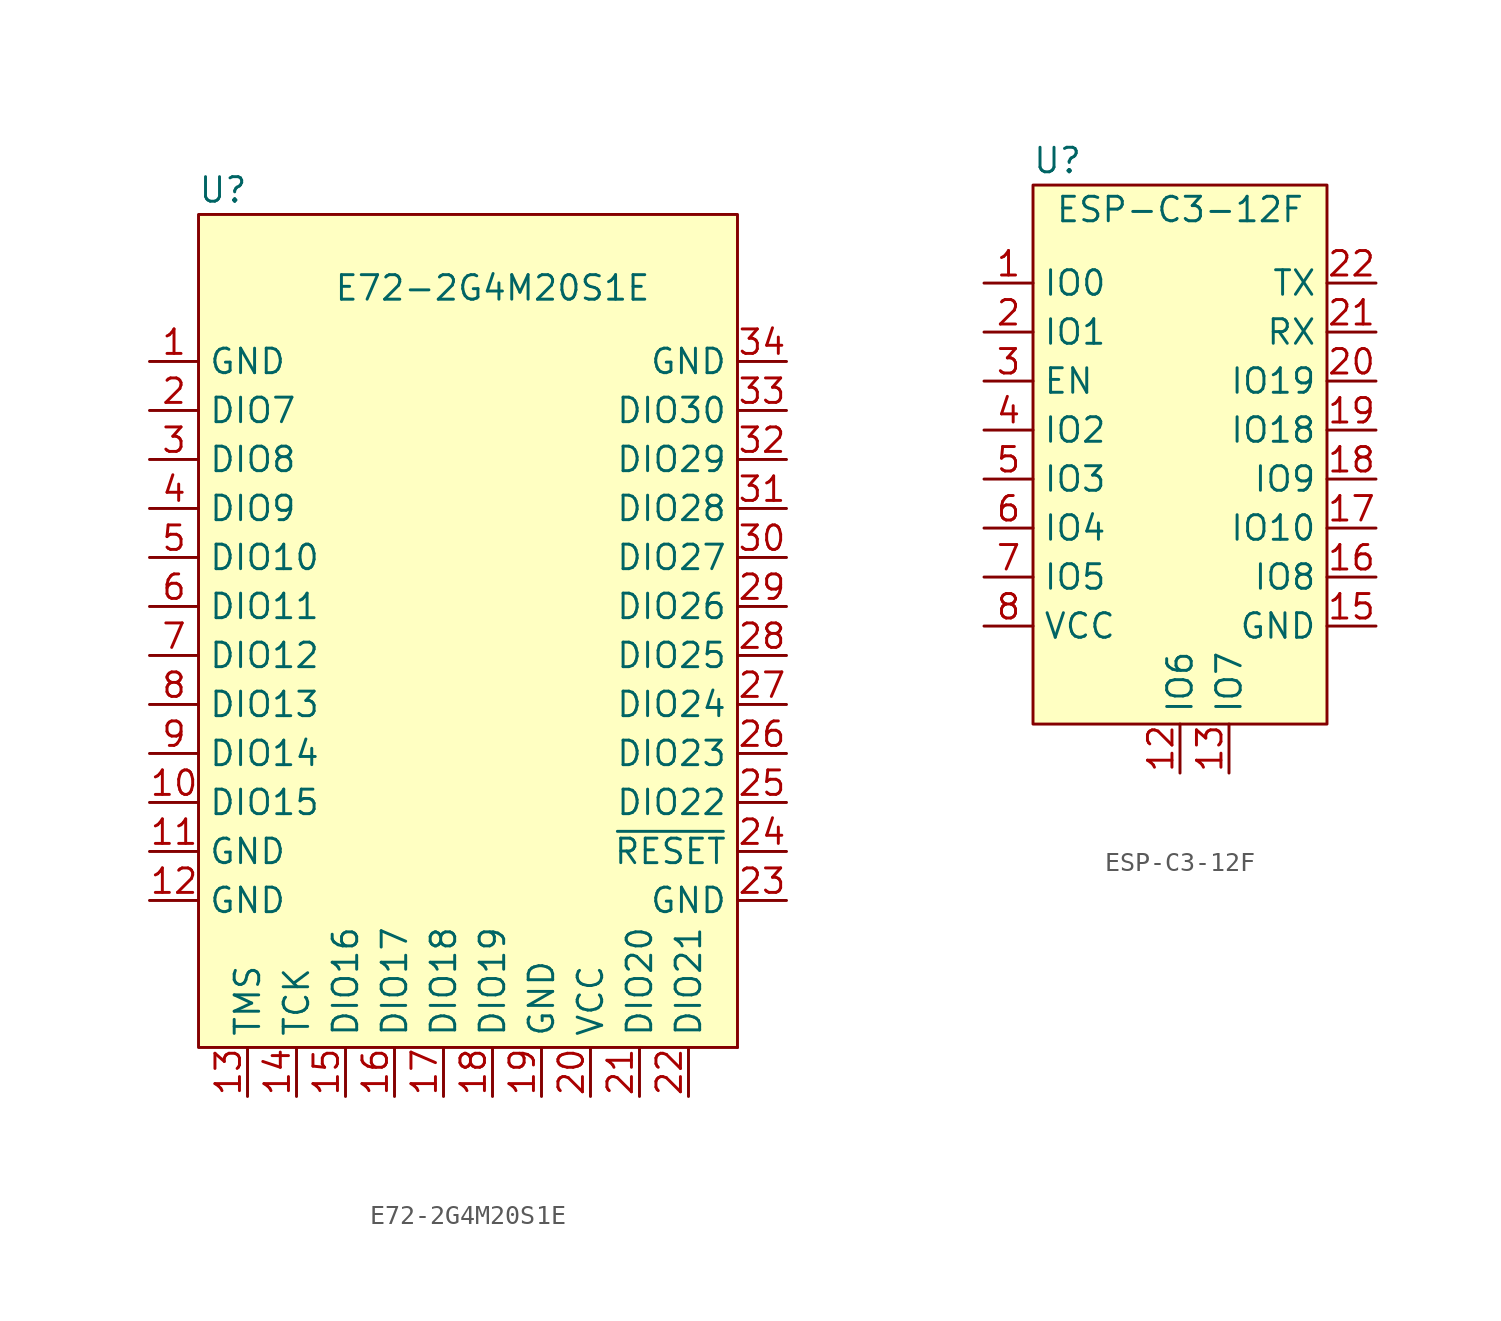
<source format=kicad_sym>
(kicad_symbol_lib
  (version 20211014)
  (generator kicad_symbol_editor)
  (symbol "RF_Module_Goodies:E72-2G4M20S1E"
    (property "Reference" "U"
      (at -13.97 22.86 0)
      (effects (font (size 1.27 1.27))))
    (property "Value" "E72-2G4M20S1E"
      (at 0 17.78 0)
      (effects (font (size 1.27 1.27))))
    (symbol "E72-2G4M20S1E_0_1"
      (rectangle (start -15.24 21.59) (end 12.7 -21.59) (stroke (width 0.152) (type default) (color 0 0 0 0)) (fill (type background)))
      (rectangle (start 12.7 -21.59) (end 12.7 -21.59) (stroke (width 0.152) (type default) (color 0 0 0 0)) (fill (type none))))
    (symbol "E72-2G4M20S1E_1_1"
      (pin power_in line (at -17.78 13.97 0) (length 2.54) (name "GND" (effects (font (size 1.27 1.27)))) (number "1" (effects (font (size 1.27 1.27)))))
      (pin bidirectional line (at -17.78 -8.89 0) (length 2.54) (name "DIO15" (effects (font (size 1.27 1.27)))) (number "10" (effects (font (size 1.27 1.27)))))
      (pin power_in line (at -17.78 -11.43 0) (length 2.54) (name "GND" (effects (font (size 1.27 1.27)))) (number "11" (effects (font (size 1.27 1.27)))))
      (pin power_in line (at -17.78 -13.97 0) (length 2.54) (name "GND" (effects (font (size 1.27 1.27)))) (number "12" (effects (font (size 1.27 1.27)))))
      (pin bidirectional line (at -12.7 -24.13 90) (length 2.54) (name "TMS" (effects (font (size 1.27 1.27)))) (number "13" (effects (font (size 1.27 1.27)))))
      (pin bidirectional line (at -10.16 -24.13 90) (length 2.54) (name "TCK" (effects (font (size 1.27 1.27)))) (number "14" (effects (font (size 1.27 1.27)))))
      (pin bidirectional line (at -7.62 -24.13 90) (length 2.54) (name "DIO16" (effects (font (size 1.27 1.27)))) (number "15" (effects (font (size 1.27 1.27)))))
      (pin bidirectional line (at -5.08 -24.13 90) (length 2.54) (name "DIO17" (effects (font (size 1.27 1.27)))) (number "16" (effects (font (size 1.27 1.27)))))
      (pin bidirectional line (at -2.54 -24.13 90) (length 2.54) (name "DIO18" (effects (font (size 1.27 1.27)))) (number "17" (effects (font (size 1.27 1.27)))))
      (pin bidirectional line (at 0 -24.13 90) (length 2.54) (name "DIO19" (effects (font (size 1.27 1.27)))) (number "18" (effects (font (size 1.27 1.27)))))
      (pin power_in line (at 2.54 -24.13 90) (length 2.54) (name "GND" (effects (font (size 1.27 1.27)))) (number "19" (effects (font (size 1.27 1.27)))))
      (pin bidirectional line (at -17.78 11.43 0) (length 2.54) (name "DIO7" (effects (font (size 1.27 1.27)))) (number "2" (effects (font (size 1.27 1.27)))))
      (pin power_in line (at 5.08 -24.13 90) (length 2.54) (name "VCC" (effects (font (size 1.27 1.27)))) (number "20" (effects (font (size 1.27 1.27)))))
      (pin bidirectional line (at 7.62 -24.13 90) (length 2.54) (name "DIO20" (effects (font (size 1.27 1.27)))) (number "21" (effects (font (size 1.27 1.27)))))
      (pin bidirectional line (at 10.16 -24.13 90) (length 2.54) (name "DIO21" (effects (font (size 1.27 1.27)))) (number "22" (effects (font (size 1.27 1.27)))))
      (pin power_in line (at 15.24 -13.97 180) (length 2.54) (name "GND" (effects (font (size 1.27 1.27)))) (number "23" (effects (font (size 1.27 1.27)))))
      (pin input line (at 15.24 -11.43 180) (length 2.54) (name "~{RESET}" (effects (font (size 1.27 1.27)))) (number "24" (effects (font (size 1.27 1.27)))))
      (pin bidirectional line (at 15.24 -8.89 180) (length 2.54) (name "DIO22" (effects (font (size 1.27 1.27)))) (number "25" (effects (font (size 1.27 1.27)))))
      (pin bidirectional line (at 15.24 -6.35 180) (length 2.54) (name "DIO23" (effects (font (size 1.27 1.27)))) (number "26" (effects (font (size 1.27 1.27)))))
      (pin bidirectional line (at 15.24 -3.81 180) (length 2.54) (name "DIO24" (effects (font (size 1.27 1.27)))) (number "27" (effects (font (size 1.27 1.27)))))
      (pin bidirectional line (at 15.24 -1.27 180) (length 2.54) (name "DIO25" (effects (font (size 1.27 1.27)))) (number "28" (effects (font (size 1.27 1.27)))))
      (pin bidirectional line (at 15.24 1.27 180) (length 2.54) (name "DIO26" (effects (font (size 1.27 1.27)))) (number "29" (effects (font (size 1.27 1.27)))))
      (pin bidirectional line (at -17.78 8.89 0) (length 2.54) (name "DIO8" (effects (font (size 1.27 1.27)))) (number "3" (effects (font (size 1.27 1.27)))))
      (pin bidirectional line (at 15.24 3.81 180) (length 2.54) (name "DIO27" (effects (font (size 1.27 1.27)))) (number "30" (effects (font (size 1.27 1.27)))))
      (pin bidirectional line (at 15.24 6.35 180) (length 2.54) (name "DIO28" (effects (font (size 1.27 1.27)))) (number "31" (effects (font (size 1.27 1.27)))))
      (pin bidirectional line (at 15.24 8.89 180) (length 2.54) (name "DIO29" (effects (font (size 1.27 1.27)))) (number "32" (effects (font (size 1.27 1.27)))))
      (pin bidirectional line (at 15.24 11.43 180) (length 2.54) (name "DIO30" (effects (font (size 1.27 1.27)))) (number "33" (effects (font (size 1.27 1.27)))))
      (pin power_in line (at 15.24 13.97 180) (length 2.54) (name "GND" (effects (font (size 1.27 1.27)))) (number "34" (effects (font (size 1.27 1.27)))))
      (pin bidirectional line (at -17.78 6.35 0) (length 2.54) (name "DIO9" (effects (font (size 1.27 1.27)))) (number "4" (effects (font (size 1.27 1.27)))))
      (pin bidirectional line (at -17.78 3.81 0) (length 2.54) (name "DIO10" (effects (font (size 1.27 1.27)))) (number "5" (effects (font (size 1.27 1.27)))))
      (pin bidirectional line (at -17.78 1.27 0) (length 2.54) (name "DIO11" (effects (font (size 1.27 1.27)))) (number "6" (effects (font (size 1.27 1.27)))))
      (pin bidirectional line (at -17.78 -1.27 0) (length 2.54) (name "DIO12" (effects (font (size 1.27 1.27)))) (number "7" (effects (font (size 1.27 1.27)))))
      (pin bidirectional line (at -17.78 -3.81 0) (length 2.54) (name "DIO13" (effects (font (size 1.27 1.27)))) (number "8" (effects (font (size 1.27 1.27)))))
      (pin bidirectional line (at -17.78 -6.35 0) (length 2.54) (name "DIO14" (effects (font (size 1.27 1.27)))) (number "9" (effects (font (size 1.27 1.27)))))))
  (symbol "RF_Module_Goodies:ESP-C3-12F"
    (property "Reference" "U"
      (at -6.35 16.51 0)
      (effects (font (size 1.27 1.27))))
    (property "Value" "ESP-C3-12F"
      (at 0 13.97 0)
      (effects (font (size 1.27 1.27))))
    (symbol "ESP-C3-12F_0_1"
      (rectangle (start -7.62 15.24) (end 7.62 -12.7) (stroke (width 0.152) (type default) (color 0 0 0 0)) (fill (type background))))
    (symbol "ESP-C3-12F_1_1"
      (pin bidirectional line (at -10.16 10.16 0) (length 2.54) (name "IO0" (effects (font (size 1.27 1.27)))) (number "1" (effects (font (size 1.27 1.27)))))
      (pin bidirectional line (at 0 -15.24 90) (length 2.54) (name "IO6" (effects (font (size 1.27 1.27)))) (number "12" (effects (font (size 1.27 1.27)))))
      (pin bidirectional line (at 2.54 -15.24 90) (length 2.54) (name "IO7" (effects (font (size 1.27 1.27)))) (number "13" (effects (font (size 1.27 1.27)))))
      (pin power_in line (at 10.16 -7.62 180) (length 2.54) (name "GND" (effects (font (size 1.27 1.27)))) (number "15" (effects (font (size 1.27 1.27)))))
      (pin bidirectional line (at 10.16 -5.08 180) (length 2.54) (name "IO8" (effects (font (size 1.27 1.27)))) (number "16" (effects (font (size 1.27 1.27)))))
      (pin bidirectional line (at 10.16 -2.54 180) (length 2.54) (name "IO10" (effects (font (size 1.27 1.27)))) (number "17" (effects (font (size 1.27 1.27)))))
      (pin bidirectional line (at 10.16 0 180) (length 2.54) (name "IO9" (effects (font (size 1.27 1.27)))) (number "18" (effects (font (size 1.27 1.27)))))
      (pin bidirectional line (at 10.16 2.54 180) (length 2.54) (name "IO18" (effects (font (size 1.27 1.27)))) (number "19" (effects (font (size 1.27 1.27)))))
      (pin bidirectional line (at -10.16 7.62 0) (length 2.54) (name "IO1" (effects (font (size 1.27 1.27)))) (number "2" (effects (font (size 1.27 1.27)))))
      (pin bidirectional line (at 10.16 5.08 180) (length 2.54) (name "IO19" (effects (font (size 1.27 1.27)))) (number "20" (effects (font (size 1.27 1.27)))))
      (pin bidirectional line (at 10.16 7.62 180) (length 2.54) (name "RX" (effects (font (size 1.27 1.27)))) (number "21" (effects (font (size 1.27 1.27)))))
      (pin bidirectional line (at 10.16 10.16 180) (length 2.54) (name "TX" (effects (font (size 1.27 1.27)))) (number "22" (effects (font (size 1.27 1.27)))))
      (pin input line (at -10.16 5.08 0) (length 2.54) (name "EN" (effects (font (size 1.27 1.27)))) (number "3" (effects (font (size 1.27 1.27)))))
      (pin bidirectional line (at -10.16 2.54 0) (length 2.54) (name "IO2" (effects (font (size 1.27 1.27)))) (number "4" (effects (font (size 1.27 1.27)))))
      (pin bidirectional line (at -10.16 0 0) (length 2.54) (name "IO3" (effects (font (size 1.27 1.27)))) (number "5" (effects (font (size 1.27 1.27)))))
      (pin bidirectional line (at -10.16 -2.54 0) (length 2.54) (name "IO4" (effects (font (size 1.27 1.27)))) (number "6" (effects (font (size 1.27 1.27)))))
      (pin bidirectional line (at -10.16 -5.08 0) (length 2.54) (name "IO5" (effects (font (size 1.27 1.27)))) (number "7" (effects (font (size 1.27 1.27)))))
      (pin power_in line (at -10.16 -7.62 0) (length 2.54) (name "VCC" (effects (font (size 1.27 1.27)))) (number "8" (effects (font (size 1.27 1.27))))))))
</source>
